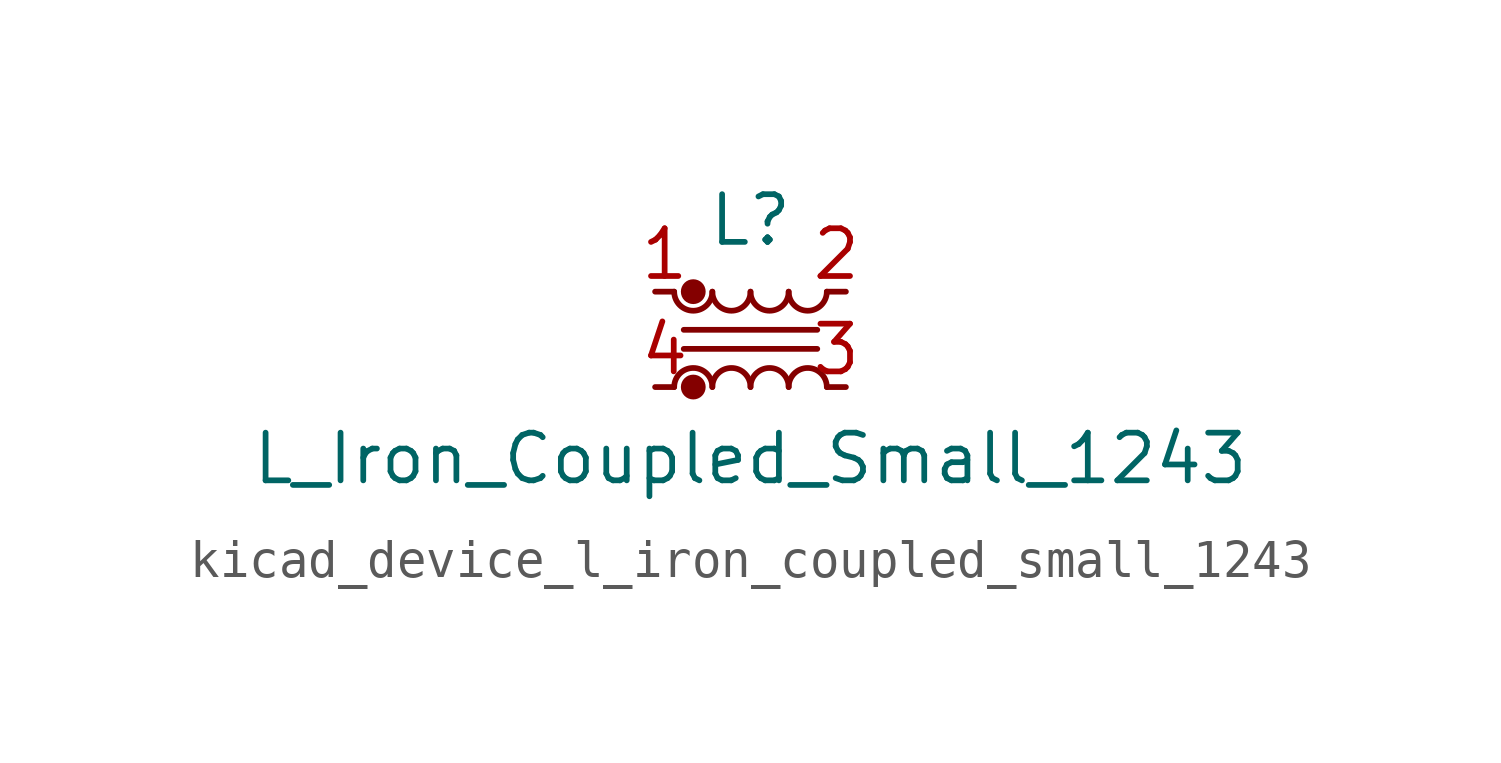
<source format=kicad_sym>
(kicad_symbol_lib
  (version 20220914)
  (generator kicad_symbol_editor)
  (symbol "kicad_device_l_iron_coupled_small_1243"
    (pin_names
      (offset 0.254) hide)
    (property "Reference" "L"
      (at 0 3.175 0)
      (effects (font (size 1.27 1.27))))
    (property "Value" "L_Iron_Coupled_Small_1243"
      (at 0 -3.175 0)
      (effects (font (size 1.27 1.27))))
    (symbol "kicad_device_l_iron_coupled_small_1243_0_1"
      (arc (start -2.032 1.27) (mid -1.524 0.7642) (end -1.016 1.27) (stroke (width 0) (type default)) (fill (type none)))
      (circle (center -1.524 -1.27) (radius 0.254) (stroke (width 0) (type default)) (fill (type outline)))
      (circle (center -1.524 1.27) (radius 0.254) (stroke (width 0) (type default)) (fill (type outline)))
      (arc (start -1.016 -1.27) (mid -1.524 -0.7642) (end -2.032 -1.27) (stroke (width 0) (type default)) (fill (type none)))
      (arc (start -1.016 1.27) (mid -0.508 0.7642) (end 0 1.27) (stroke (width 0) (type default)) (fill (type none)))
      (arc (start 0 -1.27) (mid -0.508 -0.7642) (end -1.016 -1.27) (stroke (width 0) (type default)) (fill (type none)))
      (polyline (pts (xy 1.778 -0.254) (xy -1.778 -0.254)) (stroke (width 0) (type default)) (fill (type none)))
      (polyline (pts (xy 1.778 0.254) (xy -1.778 0.254)) (stroke (width 0) (type default)) (fill (type none)))
      (arc (start 0 1.27) (mid 0.508 0.7642) (end 1.016 1.27) (stroke (width 0) (type default)) (fill (type none)))
      (arc (start 1.016 -1.27) (mid 0.508 -0.7642) (end 0 -1.27) (stroke (width 0) (type default)) (fill (type none)))
      (arc (start 1.016 1.27) (mid 1.524 0.7642) (end 2.032 1.27) (stroke (width 0) (type default)) (fill (type none)))
      (arc (start 2.032 -1.27) (mid 1.524 -0.7642) (end 1.016 -1.27) (stroke (width 0) (type default)) (fill (type none))))
    (symbol "kicad_device_l_iron_coupled_small_1243_1_1"
      (pin passive line (at -2.54 1.27 0) (length 0.508) (name "1" (effects (font (size 1.27 1.27)))) (number "1" (effects (font (size 1.27 1.27)))))
      (pin passive line (at 2.54 1.27 180) (length 0.508) (name "2" (effects (font (size 1.27 1.27)))) (number "2" (effects (font (size 1.27 1.27)))))
      (pin passive line (at 2.54 -1.27 180) (length 0.508) (name "3" (effects (font (size 1.27 1.27)))) (number "3" (effects (font (size 1.27 1.27)))))
      (pin passive line (at -2.54 -1.27 0) (length 0.508) (name "4" (effects (font (size 1.27 1.27)))) (number "4" (effects (font (size 1.27 1.27))))))))
</source>
